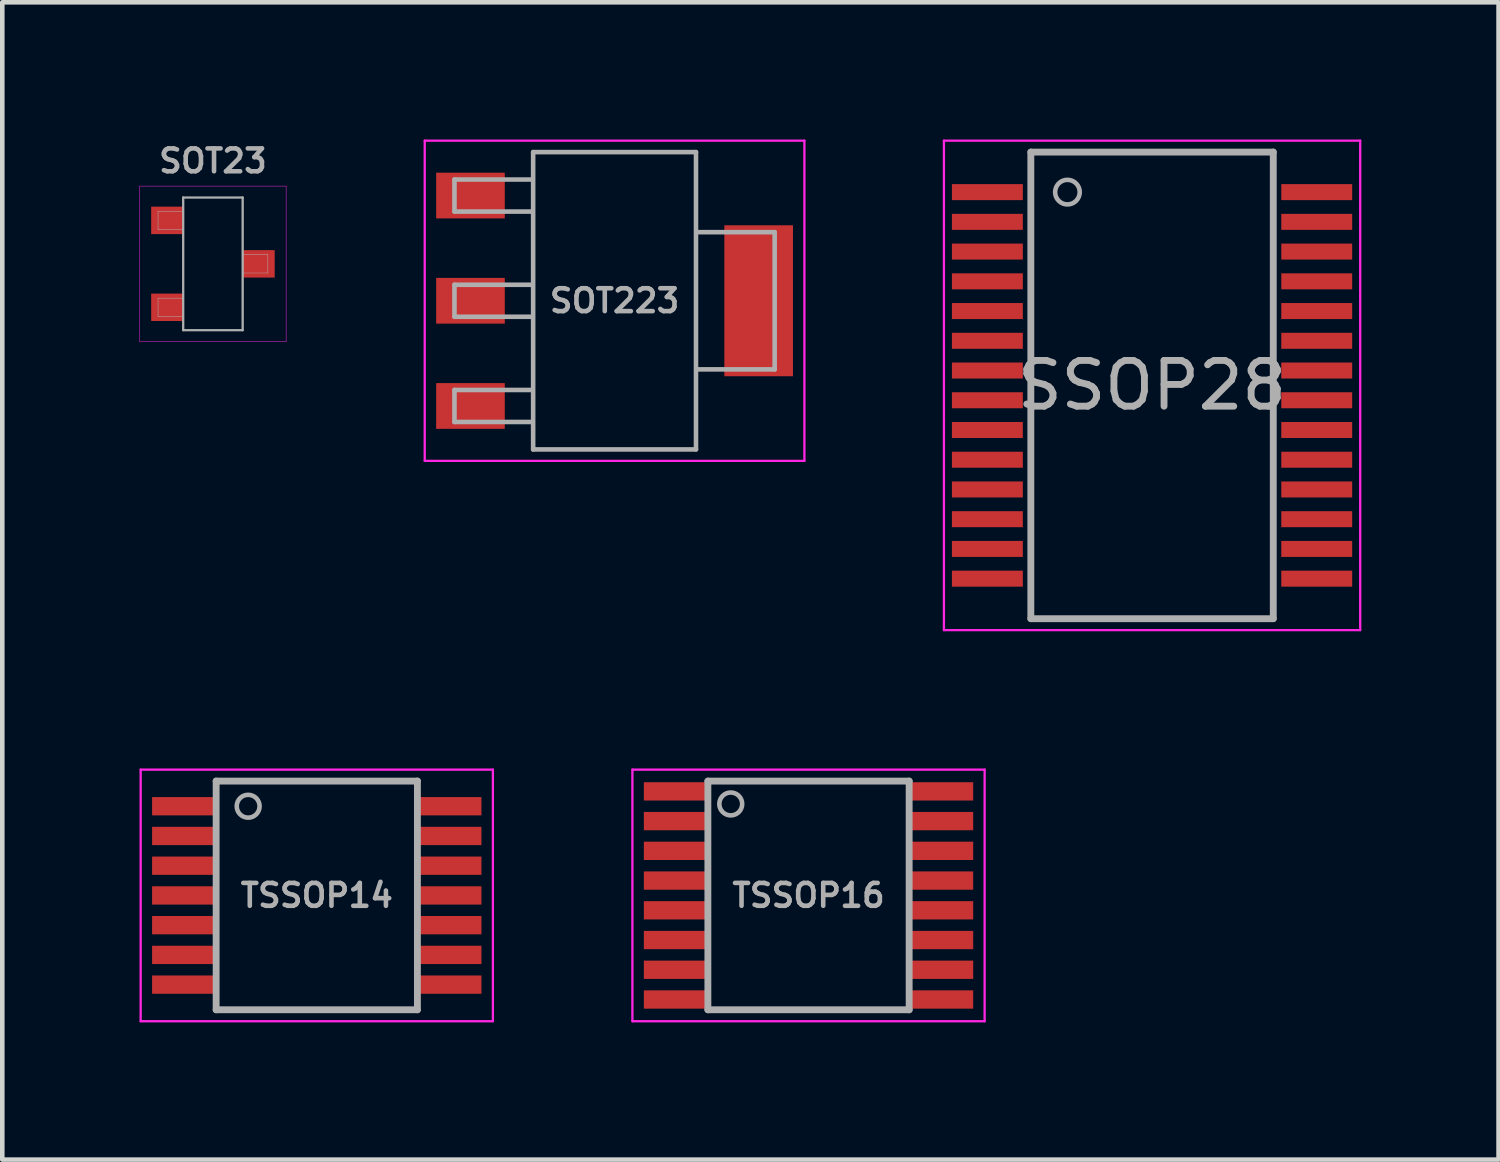
<source format=kicad_pcb>
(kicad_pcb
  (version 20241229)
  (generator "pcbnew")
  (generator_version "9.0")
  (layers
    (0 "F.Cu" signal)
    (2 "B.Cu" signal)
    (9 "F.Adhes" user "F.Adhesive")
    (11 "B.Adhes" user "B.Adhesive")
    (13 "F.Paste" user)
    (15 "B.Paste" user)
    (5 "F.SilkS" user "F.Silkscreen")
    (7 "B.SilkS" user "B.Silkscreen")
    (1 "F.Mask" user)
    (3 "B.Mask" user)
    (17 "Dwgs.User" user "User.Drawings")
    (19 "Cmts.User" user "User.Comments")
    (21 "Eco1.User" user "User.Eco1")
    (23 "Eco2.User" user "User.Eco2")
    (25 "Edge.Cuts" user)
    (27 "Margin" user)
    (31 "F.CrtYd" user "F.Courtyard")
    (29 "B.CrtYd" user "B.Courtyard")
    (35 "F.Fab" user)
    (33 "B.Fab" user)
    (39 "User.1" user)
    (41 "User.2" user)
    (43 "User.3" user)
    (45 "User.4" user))
  (footprint "SOT223"
    (layer "F.Cu")
    (at 10.385 3.525)
    (property "Reference" "SOT223" (at 0 0 0) (layer "F.Fab") (effects (font (size 0.5 0.5) (thickness 0.1))))
    (attr smd)
    (fp_line (start -4.15 -3.5) (end -4.15 3.5) (stroke (width 0.05) (type solid)) (layer "F.CrtYd"))
    (fp_line (start -4.15 3.5) (end 4.15 3.5) (stroke (width 0.05) (type solid)) (layer "F.CrtYd"))
    (fp_line (start 4.15 -3.5) (end -4.15 -3.5) (stroke (width 0.05) (type solid)) (layer "F.CrtYd"))
    (fp_line (start 4.15 3.5) (end 4.15 -3.5) (stroke (width 0.05) (type solid)) (layer "F.CrtYd"))
    (fp_line (start -3.5 -2.65) (end -3.5 -1.95) (stroke (width 0.1) (type solid)) (layer "F.Fab"))
    (fp_line (start -3.5 -1.95) (end -1.8 -1.95) (stroke (width 0.1) (type solid)) (layer "F.Fab"))
    (fp_line (start -3.5 -0.35) (end -3.5 0.35) (stroke (width 0.1) (type solid)) (layer "F.Fab"))
    (fp_line (start -3.5 0.35) (end -1.8 0.35) (stroke (width 0.1) (type solid)) (layer "F.Fab"))
    (fp_line (start -3.5 1.95) (end -3.5 2.65) (stroke (width 0.1) (type solid)) (layer "F.Fab"))
    (fp_line (start -3.5 2.65) (end -1.8 2.65) (stroke (width 0.1) (type solid)) (layer "F.Fab"))
    (fp_line (start -1.8 -2.65) (end -3.5 -2.65) (stroke (width 0.1) (type solid)) (layer "F.Fab"))
    (fp_line (start -1.8 -0.35) (end -3.5 -0.35) (stroke (width 0.1) (type solid)) (layer "F.Fab"))
    (fp_line (start -1.8 1.95) (end -3.5 1.95) (stroke (width 0.1) (type solid)) (layer "F.Fab"))
    (fp_line (start -1.78 -3.25) (end -1.78 3.25) (stroke (width 0.1) (type solid)) (layer "F.Fab"))
    (fp_line (start -1.78 -3.25) (end 1.78 -3.25) (stroke (width 0.1) (type solid)) (layer "F.Fab"))
    (fp_line (start -1.78 3.25) (end 1.78 3.25) (stroke (width 0.1) (type solid)) (layer "F.Fab"))
    (fp_line (start 1.78 -3.25) (end 1.78 3.25) (stroke (width 0.1) (type solid)) (layer "F.Fab"))
    (fp_line (start 1.8 -1.5) (end 3.5 -1.5) (stroke (width 0.1) (type solid)) (layer "F.Fab"))
    (fp_line (start 3.5 -1.5) (end 3.5 1.5) (stroke (width 0.1) (type solid)) (layer "F.Fab"))
    (fp_line (start 3.5 1.5) (end 1.8 1.5) (stroke (width 0.1) (type solid)) (layer "F.Fab"))
    (pad "1" smd rect (at -3.15 -2.3) (size 1.5 1) (layers "F.Cu" "F.Mask" "F.Paste"))
    (pad "2" smd rect (at -3.15 0) (size 1.5 1) (layers "F.Cu" "F.Mask" "F.Paste"))
    (pad "3" smd rect (at -3.15 2.3) (size 1.5 1) (layers "F.Cu" "F.Mask" "F.Paste"))
    (pad "4" smd rect (at 3.15 0) (size 1.5 3.3) (layers "F.Cu" "F.Mask" "F.Paste")))
  (footprint "SOT23"
    (layer "F.Cu")
    (at 1.605 2.718)
    (property "Reference" "SOT23" (at 0 -2.25 0) (layer "F.Fab") (effects (font (size 0.5 0.5) (thickness 0.1))))
    (attr smd)
    (fp_line (start -1.6 -1.7) (end 1.6 -1.7) (stroke (width 0.01) (type solid)) (layer "F.CrtYd"))
    (fp_line (start -1.6 1.7) (end -1.6 -1.7) (stroke (width 0.01) (type solid)) (layer "F.CrtYd"))
    (fp_line (start 1.6 -1.7) (end 1.6 1.7) (stroke (width 0.01) (type solid)) (layer "F.CrtYd"))
    (fp_line (start 1.6 1.7) (end -1.6 1.7) (stroke (width 0.01) (type solid)) (layer "F.CrtYd"))
    (fp_line (start -1.2 -1.15) (end -0.65 -1.15) (stroke (width 0.01) (type solid)) (layer "F.Fab"))
    (fp_line (start -1.2 -0.75) (end -1.2 -1.15) (stroke (width 0.01) (type solid)) (layer "F.Fab"))
    (fp_line (start -1.2 0.75) (end -0.65 0.75) (stroke (width 0.01) (type solid)) (layer "F.Fab"))
    (fp_line (start -1.2 1.15) (end -1.2 0.75) (stroke (width 0.01) (type solid)) (layer "F.Fab"))
    (fp_line (start -0.65 -1.45) (end -0.65 1.45) (stroke (width 0.05) (type solid)) (layer "F.Fab"))
    (fp_line (start -0.65 -0.75) (end -1.2 -0.75) (stroke (width 0.01) (type solid)) (layer "F.Fab"))
    (fp_line (start -0.65 1.15) (end -1.2 1.15) (stroke (width 0.01) (type solid)) (layer "F.Fab"))
    (fp_line (start 0.65 -1.45) (end -0.65 -1.45) (stroke (width 0.05) (type solid)) (layer "F.Fab"))
    (fp_line (start 0.65 -1.45) (end 0.65 1.45) (stroke (width 0.05) (type solid)) (layer "F.Fab"))
    (fp_line (start 0.65 -0.2) (end 1.2 -0.2) (stroke (width 0.01) (type solid)) (layer "F.Fab"))
    (fp_line (start 0.65 1.45) (end -0.65 1.45) (stroke (width 0.05) (type solid)) (layer "F.Fab"))
    (fp_line (start 1.2 -0.2) (end 1.2 0.2) (stroke (width 0.01) (type solid)) (layer "F.Fab"))
    (fp_line (start 1.2 0.2) (end 0.65 0.2) (stroke (width 0.01) (type solid)) (layer "F.Fab"))
    (pad "1" smd rect (at -1 -0.95) (size 0.7 0.6) (layers "F.Cu" "F.Mask" "F.Paste"))
    (pad "2" smd rect (at -1 0.95) (size 0.7 0.6) (layers "F.Cu" "F.Mask" "F.Paste"))
    (pad "3" smd rect (at 1 0) (size 0.7 0.6) (layers "F.Cu" "F.Mask" "F.Paste")))
  (footprint "TSSOP14"
    (layer "F.Cu")
    (at 3.875 16.525)
    (property "Reference" "TSSOP14" (at 0 0 0) (layer "F.Fab") (effects (font (size 0.5 0.5) (thickness 0.1))))
    (attr smd)
    (fp_line (start -3.85 -2.75) (end -3.85 2.75) (stroke (width 0.05) (type solid)) (layer "F.CrtYd"))
    (fp_line (start -3.85 -2.75) (end 3.85 -2.75) (stroke (width 0.05) (type solid)) (layer "F.CrtYd"))
    (fp_line (start -3.85 2.75) (end 3.85 2.75) (stroke (width 0.05) (type solid)) (layer "F.CrtYd"))
    (fp_line (start 3.85 -2.75) (end 3.85 2.75) (stroke (width 0.05) (type solid)) (layer "F.CrtYd"))
    (fp_line (start -2.2 -2.5) (end 2.2 -2.5) (stroke (width 0.15) (type solid)) (layer "F.Fab"))
    (fp_line (start -2.2 2.5) (end -2.2 -2.5) (stroke (width 0.15) (type solid)) (layer "F.Fab"))
    (fp_line (start 2.2 -2.5) (end 2.2 2.5) (stroke (width 0.15) (type solid)) (layer "F.Fab"))
    (fp_line (start 2.2 2.5) (end -2.2 2.5) (stroke (width 0.15) (type solid)) (layer "F.Fab"))
    (fp_circle (center -1.5 -1.95) (end -1.25 -1.95) (stroke (width 0.1) (type solid)) (fill no) (layer "F.Fab"))
    (pad "1" smd rect (at -2.925 -1.95) (size 1.35 0.4) (layers "F.Cu" "F.Mask" "F.Paste"))
    (pad "2" smd rect (at -2.925 -1.3) (size 1.35 0.4) (layers "F.Cu" "F.Mask" "F.Paste"))
    (pad "3" smd rect (at -2.925 -0.65) (size 1.35 0.4) (layers "F.Cu" "F.Mask" "F.Paste"))
    (pad "4" smd rect (at -2.925 0) (size 1.35 0.4) (layers "F.Cu" "F.Mask" "F.Paste"))
    (pad "5" smd rect (at -2.925 0.65) (size 1.35 0.4) (layers "F.Cu" "F.Mask" "F.Paste"))
    (pad "6" smd rect (at -2.925 1.3) (size 1.35 0.4) (layers "F.Cu" "F.Mask" "F.Paste"))
    (pad "7" smd rect (at -2.925 1.95) (size 1.35 0.4) (layers "F.Cu" "F.Mask" "F.Paste"))
    (pad "8" smd rect (at 2.925 1.95) (size 1.35 0.4) (layers "F.Cu" "F.Mask" "F.Paste"))
    (pad "9" smd rect (at 2.925 1.3) (size 1.35 0.4) (layers "F.Cu" "F.Mask" "F.Paste"))
    (pad "10" smd rect (at 2.925 0.65) (size 1.35 0.4) (layers "F.Cu" "F.Mask" "F.Paste"))
    (pad "11" smd rect (at 2.925 0) (size 1.35 0.4) (layers "F.Cu" "F.Mask" "F.Paste"))
    (pad "12" smd rect (at 2.925 -0.65) (size 1.35 0.4) (layers "F.Cu" "F.Mask" "F.Paste"))
    (pad "13" smd rect (at 2.925 -1.3) (size 1.35 0.4) (layers "F.Cu" "F.Mask" "F.Paste"))
    (pad "14" smd rect (at 2.925 -1.95) (size 1.35 0.4) (layers "F.Cu" "F.Mask" "F.Paste")))
  (footprint "SSOP28"
    (layer "F.Cu")
    (at 22.135 5.375)
    (property "Reference" "SSOP28" (at 0 0 0) (layer "F.Fab") (effects (font (size 1 1) (thickness 0.15))))
    (attr smd)
    (fp_line (start -4.55 -5.35) (end -4.55 5.35) (stroke (width 0.05) (type solid)) (layer "F.CrtYd"))
    (fp_line (start -4.55 -5.35) (end 4.55 -5.35) (stroke (width 0.05) (type solid)) (layer "F.CrtYd"))
    (fp_line (start -4.55 5.35) (end 4.55 5.35) (stroke (width 0.05) (type solid)) (layer "F.CrtYd"))
    (fp_line (start 4.55 -5.35) (end 4.55 5.35) (stroke (width 0.05) (type solid)) (layer "F.CrtYd"))
    (fp_line (start -2.65 -5.1) (end 2.65 -5.1) (stroke (width 0.15) (type solid)) (layer "F.Fab"))
    (fp_line (start -2.65 5.1) (end -2.65 -5.1) (stroke (width 0.15) (type solid)) (layer "F.Fab"))
    (fp_line (start 2.65 -5.1) (end 2.65 5.1) (stroke (width 0.15) (type solid)) (layer "F.Fab"))
    (fp_line (start 2.65 5.1) (end -2.65 5.1) (stroke (width 0.15) (type solid)) (layer "F.Fab"))
    (fp_circle (center -1.85 -4.225) (end -1.581 -4.225) (stroke (width 0.1) (type solid)) (fill no) (layer "F.Fab"))
    (pad "1" smd rect (at -3.6 -4.225) (size 1.55 0.35) (layers "F.Cu" "F.Mask" "F.Paste"))
    (pad "2" smd rect (at -3.6 -3.575) (size 1.55 0.35) (layers "F.Cu" "F.Mask" "F.Paste"))
    (pad "3" smd rect (at -3.6 -2.925) (size 1.55 0.35) (layers "F.Cu" "F.Mask" "F.Paste"))
    (pad "4" smd rect (at -3.6 -2.275) (size 1.55 0.35) (layers "F.Cu" "F.Mask" "F.Paste"))
    (pad "5" smd rect (at -3.6 -1.625) (size 1.55 0.35) (layers "F.Cu" "F.Mask" "F.Paste"))
    (pad "6" smd rect (at -3.6 -0.975) (size 1.55 0.35) (layers "F.Cu" "F.Mask" "F.Paste"))
    (pad "7" smd rect (at -3.6 -0.325) (size 1.55 0.35) (layers "F.Cu" "F.Mask" "F.Paste"))
    (pad "8" smd rect (at -3.6 0.325) (size 1.55 0.35) (layers "F.Cu" "F.Mask" "F.Paste"))
    (pad "9" smd rect (at -3.6 0.975) (size 1.55 0.35) (layers "F.Cu" "F.Mask" "F.Paste"))
    (pad "10" smd rect (at -3.6 1.625) (size 1.55 0.35) (layers "F.Cu" "F.Mask" "F.Paste"))
    (pad "11" smd rect (at -3.6 2.275) (size 1.55 0.35) (layers "F.Cu" "F.Mask" "F.Paste"))
    (pad "12" smd rect (at -3.6 2.925) (size 1.55 0.35) (layers "F.Cu" "F.Mask" "F.Paste"))
    (pad "13" smd rect (at -3.6 3.575) (size 1.55 0.35) (layers "F.Cu" "F.Mask" "F.Paste"))
    (pad "14" smd rect (at -3.6 4.225) (size 1.55 0.35) (layers "F.Cu" "F.Mask" "F.Paste"))
    (pad "15" smd rect (at 3.6 4.225) (size 1.55 0.35) (layers "F.Cu" "F.Mask" "F.Paste"))
    (pad "16" smd rect (at 3.6 3.575) (size 1.55 0.35) (layers "F.Cu" "F.Mask" "F.Paste"))
    (pad "17" smd rect (at 3.6 2.925) (size 1.55 0.35) (layers "F.Cu" "F.Mask" "F.Paste"))
    (pad "18" smd rect (at 3.6 2.275) (size 1.55 0.35) (layers "F.Cu" "F.Mask" "F.Paste"))
    (pad "19" smd rect (at 3.6 1.625) (size 1.55 0.35) (layers "F.Cu" "F.Mask" "F.Paste"))
    (pad "20" smd rect (at 3.6 0.975) (size 1.55 0.35) (layers "F.Cu" "F.Mask" "F.Paste"))
    (pad "21" smd rect (at 3.6 0.325) (size 1.55 0.35) (layers "F.Cu" "F.Mask" "F.Paste"))
    (pad "22" smd rect (at 3.6 -0.325) (size 1.55 0.35) (layers "F.Cu" "F.Mask" "F.Paste"))
    (pad "23" smd rect (at 3.6 -0.975) (size 1.55 0.35) (layers "F.Cu" "F.Mask" "F.Paste"))
    (pad "24" smd rect (at 3.6 -1.625) (size 1.55 0.35) (layers "F.Cu" "F.Mask" "F.Paste"))
    (pad "25" smd rect (at 3.6 -2.275) (size 1.55 0.35) (layers "F.Cu" "F.Mask" "F.Paste"))
    (pad "26" smd rect (at 3.6 -2.925) (size 1.55 0.35) (layers "F.Cu" "F.Mask" "F.Paste"))
    (pad "27" smd rect (at 3.6 -3.575) (size 1.55 0.35) (layers "F.Cu" "F.Mask" "F.Paste"))
    (pad "28" smd rect (at 3.6 -4.225) (size 1.55 0.35) (layers "F.Cu" "F.Mask" "F.Paste")))
  (footprint "TSSOP16"
    (layer "F.Cu")
    (at 14.625 16.525)
    (property "Reference" "TSSOP16" (at 0 0 0) (layer "F.Fab") (effects (font (size 0.5 0.5) (thickness 0.1))))
    (attr smd)
    (fp_line (start -3.85 -2.75) (end -3.85 2.75) (stroke (width 0.05) (type solid)) (layer "F.CrtYd"))
    (fp_line (start -3.85 -2.75) (end 3.85 -2.75) (stroke (width 0.05) (type solid)) (layer "F.CrtYd"))
    (fp_line (start -3.85 2.75) (end 3.85 2.75) (stroke (width 0.05) (type solid)) (layer "F.CrtYd"))
    (fp_line (start 3.85 -2.75) (end 3.85 2.75) (stroke (width 0.05) (type solid)) (layer "F.CrtYd"))
    (fp_line (start -2.2 -2.5) (end 2.2 -2.5) (stroke (width 0.15) (type solid)) (layer "F.Fab"))
    (fp_line (start -2.2 2.5) (end -2.2 -2.5) (stroke (width 0.15) (type solid)) (layer "F.Fab"))
    (fp_line (start 2.2 -2.5) (end 2.2 2.5) (stroke (width 0.15) (type solid)) (layer "F.Fab"))
    (fp_line (start 2.2 2.5) (end -2.2 2.5) (stroke (width 0.15) (type solid)) (layer "F.Fab"))
    (fp_circle (center -1.7 -2) (end -1.45 -2) (stroke (width 0.1) (type solid)) (fill no) (layer "F.Fab"))
    (pad "1" smd rect (at -2.925 -2.275) (size 1.35 0.4) (layers "F.Cu" "F.Mask" "F.Paste"))
    (pad "2" smd rect (at -2.925 -1.625) (size 1.35 0.4) (layers "F.Cu" "F.Mask" "F.Paste"))
    (pad "3" smd rect (at -2.925 -0.975) (size 1.35 0.4) (layers "F.Cu" "F.Mask" "F.Paste"))
    (pad "4" smd rect (at -2.925 -0.325) (size 1.35 0.4) (layers "F.Cu" "F.Mask" "F.Paste"))
    (pad "5" smd rect (at -2.925 0.325) (size 1.35 0.4) (layers "F.Cu" "F.Mask" "F.Paste"))
    (pad "6" smd rect (at -2.925 0.975) (size 1.35 0.4) (layers "F.Cu" "F.Mask" "F.Paste"))
    (pad "7" smd rect (at -2.925 1.625) (size 1.35 0.4) (layers "F.Cu" "F.Mask" "F.Paste"))
    (pad "8" smd rect (at -2.925 2.275) (size 1.35 0.4) (layers "F.Cu" "F.Mask" "F.Paste"))
    (pad "9" smd rect (at 2.925 2.275) (size 1.35 0.4) (layers "F.Cu" "F.Mask" "F.Paste"))
    (pad "10" smd rect (at 2.925 1.625) (size 1.35 0.4) (layers "F.Cu" "F.Mask" "F.Paste"))
    (pad "11" smd rect (at 2.925 0.975) (size 1.35 0.4) (layers "F.Cu" "F.Mask" "F.Paste"))
    (pad "12" smd rect (at 2.925 0.325) (size 1.35 0.4) (layers "F.Cu" "F.Mask" "F.Paste"))
    (pad "13" smd rect (at 2.925 -0.325) (size 1.35 0.4) (layers "F.Cu" "F.Mask" "F.Paste"))
    (pad "14" smd rect (at 2.925 -0.975) (size 1.35 0.4) (layers "F.Cu" "F.Mask" "F.Paste"))
    (pad "15" smd rect (at 2.925 -1.625) (size 1.35 0.4) (layers "F.Cu" "F.Mask" "F.Paste"))
    (pad "16" smd rect (at 2.925 -2.275) (size 1.35 0.4) (layers "F.Cu" "F.Mask" "F.Paste")))
  (gr_rect
    (start -3 -3)
    (end 29.71 22.3)
    (stroke (width 0.1) (type default))
    (fill no)
    (layer "Edge.Cuts")))
</source>
